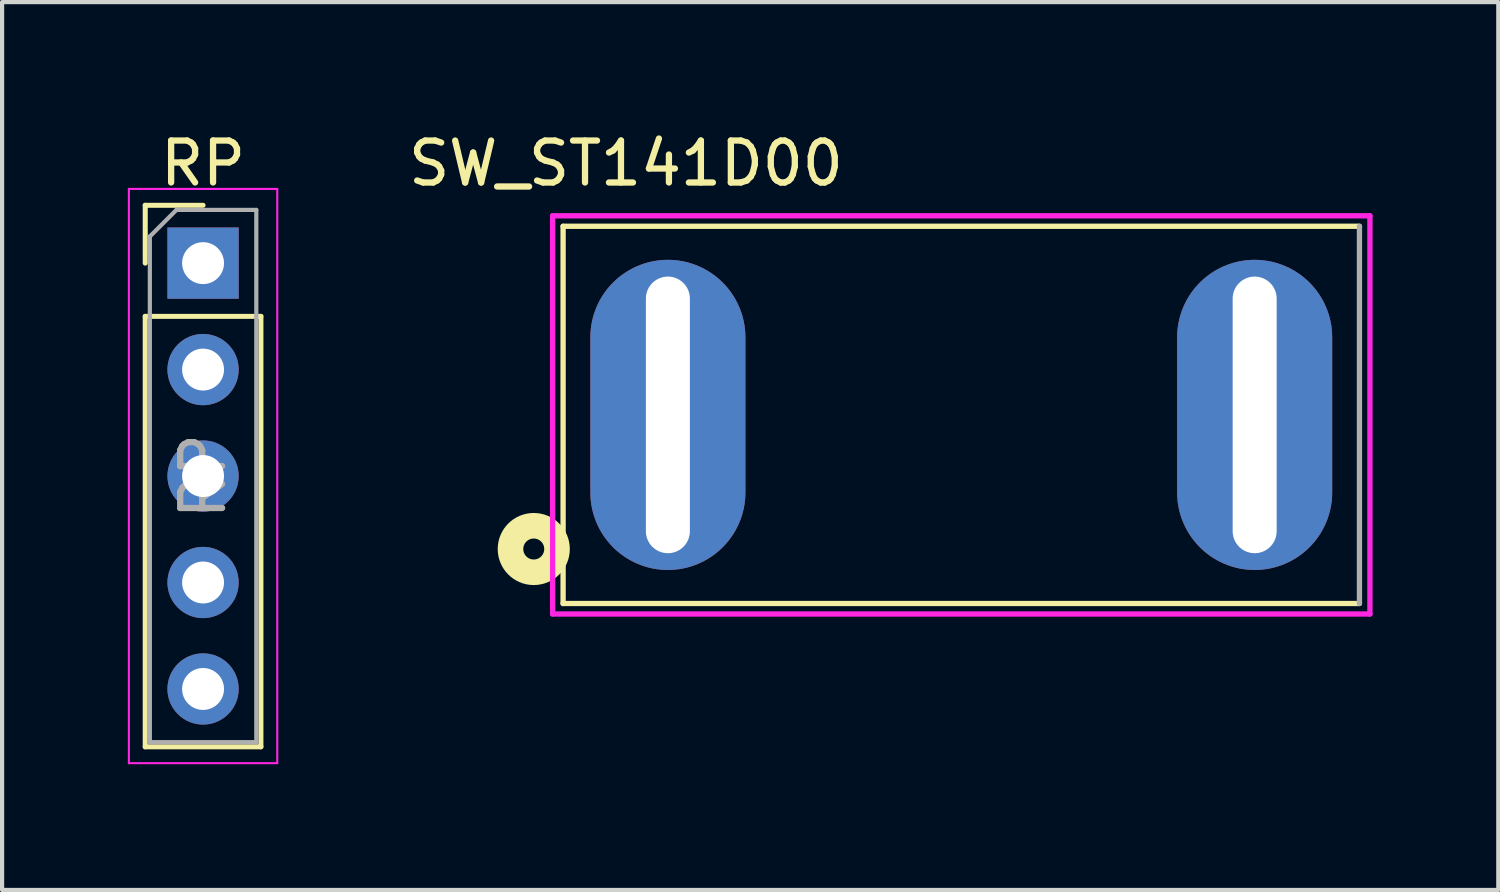
<source format=kicad_pcb>
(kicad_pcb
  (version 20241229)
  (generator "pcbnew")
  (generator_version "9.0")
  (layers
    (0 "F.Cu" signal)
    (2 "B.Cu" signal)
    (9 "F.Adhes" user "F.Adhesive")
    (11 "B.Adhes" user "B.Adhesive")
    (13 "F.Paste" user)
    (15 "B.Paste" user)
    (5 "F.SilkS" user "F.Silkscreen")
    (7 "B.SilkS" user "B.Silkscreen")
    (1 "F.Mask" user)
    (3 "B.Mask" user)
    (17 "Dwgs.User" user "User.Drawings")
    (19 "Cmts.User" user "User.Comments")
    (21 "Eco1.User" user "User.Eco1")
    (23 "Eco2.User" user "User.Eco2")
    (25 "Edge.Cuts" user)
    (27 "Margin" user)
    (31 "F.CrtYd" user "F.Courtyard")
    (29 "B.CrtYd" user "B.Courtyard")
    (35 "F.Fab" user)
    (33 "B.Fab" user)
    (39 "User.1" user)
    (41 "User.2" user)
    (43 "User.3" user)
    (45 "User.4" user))
  (footprint "RP"
    (layer "F.Cu")
    (at 1.795 3.228)
    (property "Reference" "RP" (at 0 -2.38 0) (layer "F.SilkS") (effects (font (size 1 1) (thickness 0.15))))
    (attr through_hole)
    (fp_line (start -1.38 -1.38) (end 0 -1.38) (stroke (width 0.12) (type solid)) (layer "F.SilkS"))
    (fp_line (start -1.38 0) (end -1.38 -1.38) (stroke (width 0.12) (type solid)) (layer "F.SilkS"))
    (fp_line (start -1.38 1.27) (end -1.38 11.54) (stroke (width 0.12) (type solid)) (layer "F.SilkS"))
    (fp_line (start -1.38 1.27) (end 1.38 1.27) (stroke (width 0.12) (type solid)) (layer "F.SilkS"))
    (fp_line (start -1.38 11.54) (end 1.38 11.54) (stroke (width 0.12) (type solid)) (layer "F.SilkS"))
    (fp_line (start 1.38 1.27) (end 1.38 11.54) (stroke (width 0.12) (type solid)) (layer "F.SilkS"))
    (fp_line (start -1.77 -1.77) (end -1.77 11.93) (stroke (width 0.05) (type solid)) (layer "F.CrtYd"))
    (fp_line (start -1.77 11.93) (end 1.77 11.93) (stroke (width 0.05) (type solid)) (layer "F.CrtYd"))
    (fp_line (start 1.77 -1.77) (end -1.77 -1.77) (stroke (width 0.05) (type solid)) (layer "F.CrtYd"))
    (fp_line (start 1.77 11.93) (end 1.77 -1.77) (stroke (width 0.05) (type solid)) (layer "F.CrtYd"))
    (fp_line (start -1.27 -0.635) (end -0.635 -1.27) (stroke (width 0.1) (type solid)) (layer "F.Fab"))
    (fp_line (start -1.27 11.43) (end -1.27 -0.635) (stroke (width 0.1) (type solid)) (layer "F.Fab"))
    (fp_line (start -0.635 -1.27) (end 1.27 -1.27) (stroke (width 0.1) (type solid)) (layer "F.Fab"))
    (fp_line (start 1.27 -1.27) (end 1.27 11.43) (stroke (width 0.1) (type solid)) (layer "F.Fab"))
    (fp_line (start 1.27 11.43) (end -1.27 11.43) (stroke (width 0.1) (type solid)) (layer "F.Fab"))
    (fp_text user "${REFERENCE}" (at 0 5.08 270) (layer "F.Fab") (effects (font (size 1 1) (thickness 0.15))))
    (pad "1" thru_hole rect (at 0 0) (size 1.7 1.7) (drill 1) (layers "*.Cu" "*.Mask"))
    (pad "2" thru_hole circle (at 0 2.54) (size 1.7 1.7) (drill 1) (layers "*.Cu" "*.Mask"))
    (pad "3" thru_hole circle (at 0 5.08) (size 1.7 1.7) (drill 1) (layers "*.Cu" "*.Mask"))
    (pad "4" thru_hole circle (at 0 7.62) (size 1.7 1.7) (drill 1) (layers "*.Cu" "*.Mask"))
    (pad "5" thru_hole circle (at 0 10.16) (size 1.7 1.7) (drill 1) (layers "*.Cu" "*.Mask")))
  (footprint "SW_ST141D00"
    (layer "F.Cu")
    (at 17.385 8.849)
    (property "Reference" "SW_ST141D00" (at -5.5 -8 0) (layer "F.SilkS") (effects (font (size 1.001 1.001) (thickness 0.15))))
    (attr through_hole)
    (fp_line (start -7 -6.5) (end 12 -6.5) (stroke (width 0.127) (type solid)) (layer "F.SilkS"))
    (fp_line (start -7 1) (end -7 -6.5) (stroke (width 0.127) (type solid)) (layer "F.SilkS"))
    (fp_line (start -7 2.5) (end -7 1) (stroke (width 0.127) (type solid)) (layer "F.SilkS"))
    (fp_line (start 12 2.5) (end -7 2.5) (stroke (width 0.127) (type solid)) (layer "F.SilkS"))
    (fp_circle (center -7.7 1.2) (end -7.45 1.2) (stroke (width 0.61) (type solid)) (fill no) (layer "F.SilkS"))
    (fp_line (start -7.25 -6.75) (end 12.25 -6.75) (stroke (width 0.127) (type solid)) (layer "F.CrtYd"))
    (fp_line (start -7.25 2.75) (end -7.25 -6.75) (stroke (width 0.127) (type solid)) (layer "F.CrtYd"))
    (fp_line (start 12.25 -6.75) (end 12.25 2.75) (stroke (width 0.127) (type solid)) (layer "F.CrtYd"))
    (fp_line (start 12.25 2.75) (end -7.25 2.75) (stroke (width 0.127) (type solid)) (layer "F.CrtYd"))
    (fp_line (start 12 -6.5) (end 12 2.5) (stroke (width 0.127) (type solid)) (layer "F.Fab"))
    (pad "1" thru_hole oval (at -4.5 -2) (size 3.7 7.4) (drill oval 1.05 6.6) (layers "*.Cu" "*.Mask"))
    (pad "3" thru_hole oval (at 9.5 -2) (size 3.7 7.4) (drill oval 1.05 6.6) (layers "*.Cu" "*.Mask")))
  (gr_rect
    (start -3 -3)
    (end 32.698 18.183)
    (stroke (width 0.1) (type default))
    (fill no)
    (layer "Edge.Cuts")))
</source>
